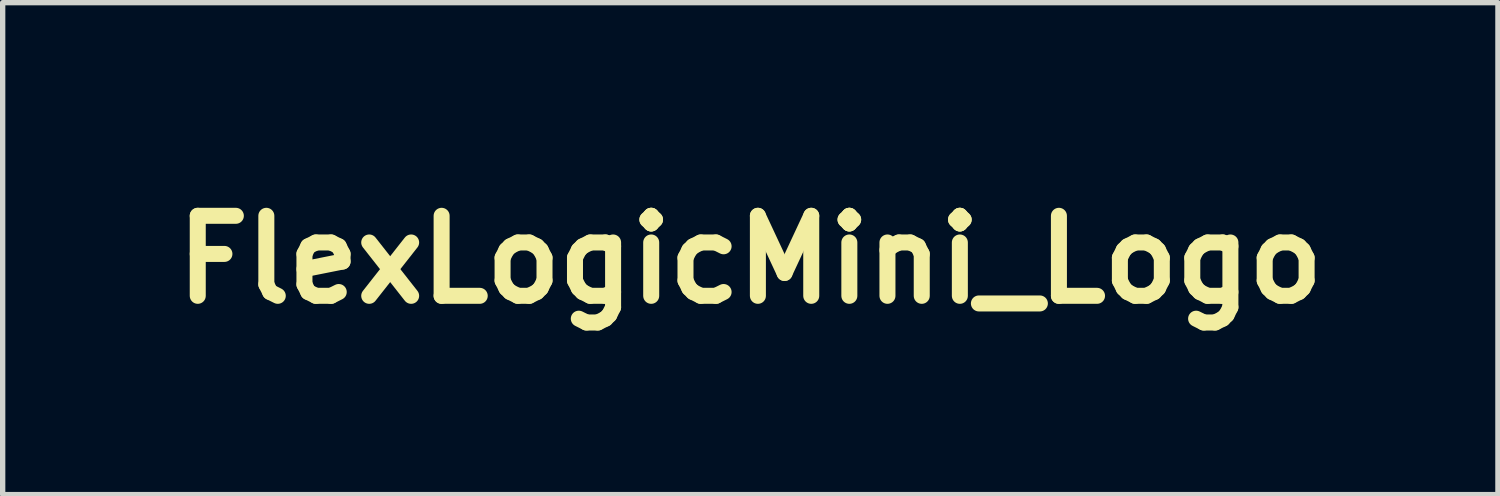
<source format=kicad_pcb>
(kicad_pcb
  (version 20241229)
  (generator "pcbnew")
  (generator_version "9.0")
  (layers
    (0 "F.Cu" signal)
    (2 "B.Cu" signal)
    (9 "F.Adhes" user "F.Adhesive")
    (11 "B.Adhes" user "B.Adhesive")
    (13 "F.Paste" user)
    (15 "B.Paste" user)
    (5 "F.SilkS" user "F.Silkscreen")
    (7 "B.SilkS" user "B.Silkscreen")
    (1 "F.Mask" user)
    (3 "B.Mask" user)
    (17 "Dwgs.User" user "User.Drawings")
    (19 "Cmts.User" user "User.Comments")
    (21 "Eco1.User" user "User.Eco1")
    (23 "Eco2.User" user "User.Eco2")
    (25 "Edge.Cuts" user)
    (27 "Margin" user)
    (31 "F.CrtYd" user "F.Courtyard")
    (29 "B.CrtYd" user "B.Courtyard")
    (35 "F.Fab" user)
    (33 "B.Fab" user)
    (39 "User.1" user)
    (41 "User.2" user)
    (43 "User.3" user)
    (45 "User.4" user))
  (footprint "FlexLogicMini_Logo"
    (layer "F.Cu")
    (at 11.014 1.817)
    (property "Reference" "FlexLogicMini_Logo" (at 0 0 0) (layer "F.SilkS") (effects (font (size 1.5 1.5) (thickness 0.3))))
    (attr board_only exclude_from_pos_files exclude_from_bom)
    (fp_poly (pts (xy 2.394 -0.81) (xy 2.49 -0.806) (xy 2.49 -0.451) (xy 2.49 -0.095) (xy 2.394 -0.092) (xy 2.299 -0.088) (xy 2.299 -0.451) (xy 2.299 -0.814)) (stroke (width 0) (type solid)) (fill yes) (layer "F.Mask"))
    (fp_poly (pts (xy 2.396 -1.115) (xy 2.494 -1.111) (xy 2.495 -1.019) (xy 2.496 -0.927) (xy 2.397 -0.927) (xy 2.299 -0.927) (xy 2.299 -1.023) (xy 2.299 -1.119)) (stroke (width 0) (type solid)) (fill yes) (layer "F.Mask"))
    (fp_poly (pts (xy 4.55 -0.454) (xy 4.547 -0.095) (xy 4.452 -0.092) (xy 4.356 -0.088) (xy 4.356 -0.45) (xy 4.356 -0.813) (xy 4.455 -0.813) (xy 4.553 -0.813)) (stroke (width 0) (type solid)) (fill yes) (layer "F.Mask"))
    (fp_poly (pts (xy 4.559 -1.022) (xy 4.559 -0.927) (xy 4.458 -0.927) (xy 4.356 -0.927) (xy 4.356 -1.022) (xy 4.356 -1.118) (xy 4.458 -1.118) (xy 4.559 -1.118)) (stroke (width 0) (type solid)) (fill yes) (layer "F.Mask"))
    (fp_poly (pts (xy 5.588 -1.022) (xy 5.588 -0.927) (xy 5.486 -0.927) (xy 5.385 -0.927) (xy 5.385 -1.022) (xy 5.385 -1.118) (xy 5.486 -1.118) (xy 5.588 -1.118)) (stroke (width 0) (type solid)) (fill yes) (layer "F.Mask"))
    (fp_poly (pts (xy 5.588 -0.451) (xy 5.588 -0.089) (xy 5.486 -0.089) (xy 5.385 -0.089) (xy 5.385 -0.451) (xy 5.385 -0.813) (xy 5.486 -0.813) (xy 5.588 -0.813)) (stroke (width 0) (type solid)) (fill yes) (layer "F.Mask"))
    (fp_poly (pts (xy 0.33 -0.692) (xy 0.33 -0.279) (xy 0.502 -0.279) (xy 0.673 -0.279) (xy 0.673 -0.184) (xy 0.673 -0.089) (xy 0.394 -0.089) (xy 0.114 -0.089) (xy 0.114 -0.597) (xy 0.114 -1.105) (xy 0.222 -1.105) (xy 0.33 -1.105)) (stroke (width 0) (type solid)) (fill yes) (layer "F.Mask"))
    (fp_poly (pts (xy -4.243 -1.066) (xy -4.155 -1.064) (xy -4.08 -1.062) (xy -4.019 -1.058) (xy -3.979 -1.054) (xy -3.973 -1.053) (xy -3.86 -1.016) (xy -3.76 -0.959) (xy -3.673 -0.881) (xy -3.601 -0.784) (xy -3.547 -0.67) (xy -3.537 -0.644) (xy -3.516 -0.555) (xy -3.505 -0.453) (xy -3.506 -0.348) (xy -3.518 -0.252) (xy -3.524 -0.225) (xy -3.563 -0.116) (xy -3.619 -0.017) (xy -3.688 0.07) (xy -3.768 0.139) (xy -3.82 0.17) (xy -3.865 0.191) (xy -3.907 0.208) (xy -3.952 0.221) (xy -4.003 0.23) (xy -4.064 0.236) (xy -4.139 0.239) (xy -4.231 0.241) (xy -4.333 0.241) (xy -4.636 0.241) (xy -4.636 -0.032) (xy -4.636 -0.305) (xy -4.445 -0.305) (xy -4.255 -0.305) (xy -4.255 -0.419) (xy -4.255 -0.533) (xy -4.445 -0.533) (xy -4.636 -0.533) (xy -4.636 -0.8) (xy -4.636 -1.067) (xy -4.338 -1.067)) (stroke (width 0) (type solid)) (fill yes) (layer "F.Mask"))
    (fp_poly (pts (xy -1.464 -1.117) (xy -1.428 -1.114) (xy -1.411 -1.109) (xy -1.41 -1.108) (xy -1.411 -1.094) (xy -1.416 -1.057) (xy -1.424 -1.001) (xy -1.434 -0.928) (xy -1.447 -0.841) (xy -1.461 -0.742) (xy -1.476 -0.635) (xy -1.479 -0.61) (xy -1.495 -0.501) (xy -1.509 -0.4) (xy -1.522 -0.309) (xy -1.533 -0.232) (xy -1.541 -0.171) (xy -1.547 -0.129) (xy -1.549 -0.109) (xy -1.549 -0.107) (xy -1.561 -0.1) (xy -1.596 -0.096) (xy -1.649 -0.095) (xy -1.651 -0.095) (xy -1.701 -0.095) (xy -1.732 -0.098) (xy -1.747 -0.103) (xy -1.752 -0.114) (xy -1.753 -0.127) (xy -1.751 -0.146) (xy -1.746 -0.186) (xy -1.739 -0.245) (xy -1.729 -0.318) (xy -1.717 -0.402) (xy -1.705 -0.494) (xy -1.692 -0.59) (xy -1.678 -0.687) (xy -1.665 -0.781) (xy -1.652 -0.869) (xy -1.641 -0.946) (xy -1.631 -1.011) (xy -1.624 -1.059) (xy -1.619 -1.086) (xy -1.619 -1.089) (xy -1.614 -1.103) (xy -1.603 -1.112) (xy -1.581 -1.116) (xy -1.542 -1.117) (xy -1.511 -1.118)) (stroke (width 0) (type solid)) (fill yes) (layer "F.Mask"))
    (fp_poly (pts (xy 1.143 -0.826) (xy 1.226 -0.792) (xy 1.298 -0.738) (xy 1.354 -0.667) (xy 1.373 -0.632) (xy 1.395 -0.558) (xy 1.404 -0.473) (xy 1.4 -0.386) (xy 1.383 -0.308) (xy 1.374 -0.284) (xy 1.325 -0.205) (xy 1.261 -0.145) (xy 1.183 -0.103) (xy 1.096 -0.083) (xy 1.001 -0.086) (xy 0.98 -0.089) (xy 0.894 -0.119) (xy 0.824 -0.168) (xy 0.769 -0.235) (xy 0.732 -0.318) (xy 0.713 -0.416) (xy 0.712 -0.434) (xy 0.924 -0.434) (xy 0.93 -0.374) (xy 0.939 -0.339) (xy 0.965 -0.292) (xy 1.004 -0.261) (xy 1.05 -0.247) (xy 1.096 -0.252) (xy 1.127 -0.269) (xy 1.154 -0.306) (xy 1.174 -0.359) (xy 1.185 -0.423) (xy 1.187 -0.489) (xy 1.179 -0.55) (xy 1.164 -0.593) (xy 1.128 -0.641) (xy 1.085 -0.668) (xy 1.038 -0.671) (xy 0.994 -0.653) (xy 0.955 -0.612) (xy 0.945 -0.594) (xy 0.932 -0.553) (xy 0.925 -0.496) (xy 0.924 -0.434) (xy 0.712 -0.434) (xy 0.711 -0.464) (xy 0.722 -0.563) (xy 0.752 -0.651) (xy 0.8 -0.725) (xy 0.864 -0.782) (xy 0.941 -0.82) (xy 1.029 -0.837) (xy 1.054 -0.838)) (stroke (width 0) (type solid)) (fill yes) (layer "F.Mask"))
    (fp_poly (pts (xy 5.136 -0.816) (xy 5.191 -0.781) (xy 5.233 -0.731) (xy 5.257 -0.676) (xy 5.261 -0.649) (xy 5.265 -0.602) (xy 5.267 -0.538) (xy 5.269 -0.462) (xy 5.27 -0.38) (xy 5.27 -0.359) (xy 5.271 -0.089) (xy 5.176 -0.089) (xy 5.082 -0.089) (xy 5.078 -0.34) (xy 5.076 -0.435) (xy 5.073 -0.509) (xy 5.068 -0.563) (xy 5.061 -0.601) (xy 5.05 -0.627) (xy 5.036 -0.643) (xy 5.017 -0.653) (xy 5.005 -0.656) (xy 4.962 -0.656) (xy 4.925 -0.633) (xy 4.899 -0.589) (xy 4.894 -0.571) (xy 4.889 -0.539) (xy 4.884 -0.487) (xy 4.881 -0.421) (xy 4.878 -0.346) (xy 4.878 -0.302) (xy 4.877 -0.089) (xy 4.782 -0.089) (xy 4.736 -0.09) (xy 4.702 -0.093) (xy 4.687 -0.098) (xy 4.686 -0.098) (xy 4.686 -0.113) (xy 4.686 -0.15) (xy 4.686 -0.205) (xy 4.685 -0.276) (xy 4.684 -0.359) (xy 4.683 -0.451) (xy 4.683 -0.46) (xy 4.68 -0.813) (xy 4.772 -0.813) (xy 4.864 -0.813) (xy 4.864 -0.752) (xy 4.864 -0.692) (xy 4.888 -0.73) (xy 4.925 -0.779) (xy 4.97 -0.81) (xy 5.013 -0.826) (xy 5.075 -0.832)) (stroke (width 0) (type solid)) (fill yes) (layer "F.Mask"))
    (fp_poly (pts (xy -1.876 -1.092) (xy -1.81 -1.091) (xy -1.763 -1.09) (xy -1.732 -1.088) (xy -1.715 -1.084) (xy -1.707 -1.079) (xy -1.706 -1.073) (xy -1.707 -1.07) (xy -1.712 -1.045) (xy -1.718 -1.006) (xy -1.722 -0.975) (xy -1.73 -0.902) (xy -1.886 -0.902) (xy -2.041 -0.902) (xy -2.049 -0.835) (xy -2.056 -0.785) (xy -2.063 -0.737) (xy -2.065 -0.721) (xy -2.073 -0.673) (xy -1.93 -0.673) (xy -1.787 -0.673) (xy -1.795 -0.606) (xy -1.8 -0.564) (xy -1.803 -0.529) (xy -1.803 -0.518) (xy -1.806 -0.508) (xy -1.816 -0.502) (xy -1.838 -0.498) (xy -1.876 -0.496) (xy -1.934 -0.495) (xy -1.95 -0.495) (xy -2.019 -0.494) (xy -2.066 -0.491) (xy -2.093 -0.486) (xy -2.102 -0.479) (xy -2.105 -0.462) (xy -2.111 -0.424) (xy -2.118 -0.37) (xy -2.127 -0.307) (xy -2.13 -0.279) (xy -2.153 -0.095) (xy -2.257 -0.092) (xy -2.309 -0.09) (xy -2.341 -0.092) (xy -2.357 -0.096) (xy -2.362 -0.105) (xy -2.363 -0.111) (xy -2.361 -0.128) (xy -2.356 -0.168) (xy -2.348 -0.227) (xy -2.338 -0.302) (xy -2.326 -0.391) (xy -2.313 -0.49) (xy -2.298 -0.598) (xy -2.296 -0.613) (xy -2.229 -1.092) (xy -1.964 -1.092)) (stroke (width 0) (type solid)) (fill yes) (layer "F.Mask"))
    (fp_poly (pts (xy 3 -0.833) (xy 3.076 -0.818) (xy 3.092 -0.813) (xy 3.112 -0.804) (xy 3.122 -0.791) (xy 3.124 -0.768) (xy 3.12 -0.729) (xy 3.116 -0.689) (xy 3.111 -0.661) (xy 3.108 -0.653) (xy 3.094 -0.653) (xy 3.066 -0.66) (xy 3.062 -0.662) (xy 3.006 -0.671) (xy 2.946 -0.664) (xy 2.895 -0.642) (xy 2.89 -0.64) (xy 2.854 -0.601) (xy 2.825 -0.547) (xy 2.809 -0.487) (xy 2.807 -0.459) (xy 2.818 -0.384) (xy 2.851 -0.321) (xy 2.882 -0.288) (xy 2.913 -0.267) (xy 2.946 -0.257) (xy 2.993 -0.254) (xy 3.036 -0.256) (xy 3.072 -0.262) (xy 3.085 -0.266) (xy 3.098 -0.27) (xy 3.106 -0.263) (xy 3.112 -0.238) (xy 3.116 -0.201) (xy 3.119 -0.159) (xy 3.12 -0.127) (xy 3.118 -0.114) (xy 3.101 -0.105) (xy 3.068 -0.095) (xy 3.025 -0.086) (xy 2.981 -0.079) (xy 2.944 -0.077) (xy 2.943 -0.077) (xy 2.908 -0.081) (xy 2.862 -0.092) (xy 2.826 -0.102) (xy 2.742 -0.139) (xy 2.677 -0.191) (xy 2.627 -0.263) (xy 2.62 -0.276) (xy 2.602 -0.318) (xy 2.591 -0.355) (xy 2.586 -0.398) (xy 2.584 -0.457) (xy 2.584 -0.458) (xy 2.586 -0.516) (xy 2.59 -0.558) (xy 2.6 -0.593) (xy 2.618 -0.633) (xy 2.623 -0.642) (xy 2.676 -0.719) (xy 2.746 -0.778) (xy 2.832 -0.818) (xy 2.842 -0.821) (xy 2.918 -0.834)) (stroke (width 0) (type solid)) (fill yes) (layer "F.Mask"))
    (fp_poly (pts (xy -0.116 -0.67) (xy -0.156 -0.615) (xy -0.192 -0.565) (xy -0.222 -0.524) (xy -0.241 -0.498) (xy -0.244 -0.495) (xy -0.268 -0.462) (xy -0.185 -0.28) (xy -0.156 -0.218) (xy -0.132 -0.164) (xy -0.114 -0.123) (xy -0.103 -0.099) (xy -0.102 -0.094) (xy -0.113 -0.092) (xy -0.145 -0.09) (xy -0.19 -0.089) (xy -0.209 -0.089) (xy -0.257 -0.089) (xy -0.291 -0.092) (xy -0.315 -0.102) (xy -0.333 -0.121) (xy -0.35 -0.155) (xy -0.369 -0.207) (xy -0.382 -0.244) (xy -0.398 -0.286) (xy -0.411 -0.317) (xy -0.419 -0.33) (xy -0.419 -0.33) (xy -0.427 -0.319) (xy -0.445 -0.291) (xy -0.47 -0.25) (xy -0.493 -0.209) (xy -0.56 -0.089) (xy -0.675 -0.089) (xy -0.73 -0.09) (xy -0.764 -0.092) (xy -0.779 -0.098) (xy -0.779 -0.105) (xy -0.769 -0.12) (xy -0.746 -0.152) (xy -0.713 -0.196) (xy -0.674 -0.25) (xy -0.644 -0.29) (xy -0.519 -0.459) (xy -0.59 -0.627) (xy -0.615 -0.687) (xy -0.636 -0.739) (xy -0.652 -0.779) (xy -0.66 -0.801) (xy -0.66 -0.804) (xy -0.649 -0.808) (xy -0.617 -0.81) (xy -0.572 -0.811) (xy -0.551 -0.81) (xy -0.442 -0.806) (xy -0.405 -0.706) (xy -0.388 -0.66) (xy -0.374 -0.623) (xy -0.365 -0.603) (xy -0.363 -0.6) (xy -0.355 -0.608) (xy -0.337 -0.633) (xy -0.313 -0.672) (xy -0.295 -0.701) (xy -0.233 -0.806) (xy -0.122 -0.81) (xy -0.011 -0.814)) (stroke (width 0) (type solid)) (fill yes) (layer "F.Mask"))
    (fp_poly (pts (xy -0.942 -0.816) (xy -0.873 -0.79) (xy -0.817 -0.746) (xy -0.776 -0.686) (xy -0.761 -0.645) (xy -0.756 -0.61) (xy -0.753 -0.561) (xy -0.754 -0.507) (xy -0.757 -0.455) (xy -0.762 -0.414) (xy -0.769 -0.393) (xy -0.783 -0.389) (xy -0.819 -0.385) (xy -0.871 -0.383) (xy -0.936 -0.381) (xy -0.993 -0.381) (xy -1.209 -0.381) (xy -1.201 -0.346) (xy -1.178 -0.291) (xy -1.144 -0.252) (xy -1.122 -0.241) (xy -1.073 -0.231) (xy -1.011 -0.23) (xy -0.945 -0.238) (xy -0.907 -0.247) (xy -0.872 -0.257) (xy -0.849 -0.263) (xy -0.845 -0.263) (xy -0.845 -0.25) (xy -0.846 -0.219) (xy -0.848 -0.188) (xy -0.852 -0.147) (xy -0.859 -0.123) (xy -0.873 -0.11) (xy -0.893 -0.101) (xy -0.937 -0.091) (xy -0.996 -0.084) (xy -1.063 -0.08) (xy -1.129 -0.081) (xy -1.186 -0.086) (xy -1.226 -0.094) (xy -1.281 -0.126) (xy -1.332 -0.175) (xy -1.371 -0.232) (xy -1.385 -0.268) (xy -1.393 -0.326) (xy -1.394 -0.397) (xy -1.387 -0.472) (xy -1.377 -0.528) (xy -1.181 -0.528) (xy -1.177 -0.518) (xy -1.162 -0.512) (xy -1.132 -0.509) (xy -1.082 -0.508) (xy -1.061 -0.508) (xy -1.005 -0.508) (xy -0.969 -0.511) (xy -0.948 -0.515) (xy -0.938 -0.524) (xy -0.933 -0.534) (xy -0.93 -0.574) (xy -0.94 -0.62) (xy -0.958 -0.658) (xy -0.962 -0.664) (xy -0.992 -0.68) (xy -1.033 -0.685) (xy -1.076 -0.678) (xy -1.102 -0.666) (xy -1.127 -0.641) (xy -1.152 -0.603) (xy -1.172 -0.563) (xy -1.181 -0.53) (xy -1.181 -0.528) (xy -1.377 -0.528) (xy -1.374 -0.54) (xy -1.363 -0.574) (xy -1.318 -0.664) (xy -1.261 -0.732) (xy -1.192 -0.779) (xy -1.19 -0.78) (xy -1.104 -0.812) (xy -1.02 -0.824)) (stroke (width 0) (type solid)) (fill yes) (layer "F.Mask"))
    (fp_poly (pts (xy 1.825 -0.814) (xy 1.877 -0.79) (xy 1.915 -0.754) (xy 1.924 -0.739) (xy 1.939 -0.715) (xy 1.949 -0.716) (xy 1.955 -0.741) (xy 1.956 -0.762) (xy 1.956 -0.813) (xy 2.051 -0.813) (xy 2.146 -0.813) (xy 2.146 -0.422) (xy 2.146 -0.311) (xy 2.145 -0.222) (xy 2.144 -0.152) (xy 2.143 -0.099) (xy 2.14 -0.059) (xy 2.137 -0.03) (xy 2.132 -0.008) (xy 2.126 0.01) (xy 2.122 0.019) (xy 2.077 0.089) (xy 2.014 0.141) (xy 1.932 0.177) (xy 1.832 0.196) (xy 1.784 0.199) (xy 1.709 0.198) (xy 1.644 0.192) (xy 1.609 0.185) (xy 1.572 0.174) (xy 1.547 0.165) (xy 1.541 0.161) (xy 1.54 0.147) (xy 1.541 0.114) (xy 1.544 0.071) (xy 1.55 0.026) (xy 1.556 0.001) (xy 1.565 -0.007) (xy 1.573 -0.005) (xy 1.659 0.024) (xy 1.741 0.038) (xy 1.813 0.035) (xy 1.869 0.018) (xy 1.907 -0.016) (xy 1.932 -0.068) (xy 1.943 -0.136) (xy 1.943 -0.149) (xy 1.942 -0.21) (xy 1.915 -0.173) (xy 1.871 -0.133) (xy 1.813 -0.11) (xy 1.747 -0.103) (xy 1.681 -0.112) (xy 1.618 -0.138) (xy 1.566 -0.179) (xy 1.525 -0.236) (xy 1.498 -0.304) (xy 1.483 -0.387) (xy 1.48 -0.464) (xy 1.48 -0.464) (xy 1.689 -0.464) (xy 1.697 -0.389) (xy 1.716 -0.328) (xy 1.746 -0.284) (xy 1.783 -0.259) (xy 1.826 -0.255) (xy 1.872 -0.274) (xy 1.895 -0.291) (xy 1.916 -0.311) (xy 1.928 -0.33) (xy 1.935 -0.355) (xy 1.939 -0.393) (xy 1.941 -0.435) (xy 1.939 -0.522) (xy 1.924 -0.591) (xy 1.897 -0.638) (xy 1.859 -0.665) (xy 1.81 -0.669) (xy 1.793 -0.666) (xy 1.749 -0.642) (xy 1.716 -0.598) (xy 1.696 -0.537) (xy 1.689 -0.464) (xy 1.48 -0.464) (xy 1.481 -0.528) (xy 1.485 -0.576) (xy 1.493 -0.613) (xy 1.507 -0.649) (xy 1.509 -0.654) (xy 1.544 -0.718) (xy 1.586 -0.765) (xy 1.639 -0.8) (xy 1.644 -0.803) (xy 1.702 -0.822) (xy 1.764 -0.825)) (stroke (width 0) (type solid)) (fill yes) (layer "F.Mask"))
    (fp_poly (pts (xy 3.557 -1.038) (xy 3.567 -1) (xy 3.581 -0.948) (xy 3.597 -0.89) (xy 3.601 -0.876) (xy 3.617 -0.815) (xy 3.637 -0.74) (xy 3.656 -0.666) (xy 3.664 -0.635) (xy 3.685 -0.549) (xy 3.701 -0.487) (xy 3.712 -0.448) (xy 3.722 -0.432) (xy 3.731 -0.439) (xy 3.742 -0.468) (xy 3.756 -0.518) (xy 3.774 -0.589) (xy 3.778 -0.603) (xy 3.8 -0.686) (xy 3.824 -0.774) (xy 3.847 -0.858) (xy 3.867 -0.93) (xy 3.873 -0.949) (xy 3.915 -1.092) (xy 4.052 -1.092) (xy 4.189 -1.092) (xy 4.196 -1.013) (xy 4.198 -0.981) (xy 4.201 -0.929) (xy 4.204 -0.859) (xy 4.207 -0.776) (xy 4.211 -0.685) (xy 4.215 -0.588) (xy 4.218 -0.491) (xy 4.222 -0.398) (xy 4.225 -0.312) (xy 4.227 -0.238) (xy 4.229 -0.179) (xy 4.229 -0.141) (xy 4.229 -0.137) (xy 4.229 -0.089) (xy 4.128 -0.089) (xy 4.026 -0.089) (xy 4.024 -0.143) (xy 4.023 -0.17) (xy 4.022 -0.218) (xy 4.021 -0.284) (xy 4.019 -0.363) (xy 4.017 -0.453) (xy 4.015 -0.548) (xy 4.014 -0.552) (xy 4.012 -0.665) (xy 4.009 -0.752) (xy 4.005 -0.814) (xy 4.002 -0.851) (xy 3.999 -0.864) (xy 3.996 -0.857) (xy 3.99 -0.832) (xy 3.978 -0.786) (xy 3.962 -0.723) (xy 3.942 -0.646) (xy 3.919 -0.559) (xy 3.894 -0.465) (xy 3.89 -0.448) (xy 3.794 -0.089) (xy 3.713 -0.089) (xy 3.633 -0.089) (xy 3.621 -0.137) (xy 3.577 -0.299) (xy 3.541 -0.437) (xy 3.511 -0.554) (xy 3.487 -0.648) (xy 3.468 -0.722) (xy 3.455 -0.776) (xy 3.448 -0.812) (xy 3.446 -0.823) (xy 3.439 -0.865) (xy 3.432 -0.883) (xy 3.427 -0.875) (xy 3.422 -0.843) (xy 3.419 -0.787) (xy 3.417 -0.708) (xy 3.416 -0.604) (xy 3.416 -0.575) (xy 3.416 -0.483) (xy 3.415 -0.394) (xy 3.413 -0.313) (xy 3.412 -0.245) (xy 3.409 -0.195) (xy 3.408 -0.175) (xy 3.4 -0.089) (xy 3.305 -0.089) (xy 3.21 -0.089) (xy 3.218 -0.225) (xy 3.221 -0.284) (xy 3.224 -0.361) (xy 3.227 -0.449) (xy 3.23 -0.539) (xy 3.232 -0.603) (xy 3.235 -0.69) (xy 3.238 -0.778) (xy 3.241 -0.859) (xy 3.244 -0.929) (xy 3.246 -0.968) (xy 3.254 -1.092) (xy 3.398 -1.092) (xy 3.542 -1.092)) (stroke (width 0) (type solid)) (fill yes) (layer "F.Mask"))
    (fp_poly (pts (xy -4.385 -1.813) (xy -4.191 -1.812) (xy -4.021 -1.811) (xy -3.873 -1.81) (xy -3.745 -1.809) (xy -3.636 -1.808) (xy -3.543 -1.807) (xy -3.467 -1.806) (xy -3.403 -1.804) (xy -3.352 -1.803) (xy -3.311 -1.801) (xy -3.279 -1.798) (xy -3.254 -1.795) (xy -3.234 -1.792) (xy -3.217 -1.789) (xy -3.207 -1.786) (xy -3.089 -1.739) (xy -2.981 -1.675) (xy -2.887 -1.595) (xy -2.81 -1.502) (xy -2.763 -1.42) (xy -2.74 -1.363) (xy -2.719 -1.303) (xy -2.706 -1.253) (xy -2.706 -1.252) (xy -2.703 -1.223) (xy -2.701 -1.169) (xy -2.699 -1.092) (xy -2.697 -0.989) (xy -2.695 -0.862) (xy -2.694 -0.71) (xy -2.693 -0.533) (xy -2.693 -0.331) (xy -2.692 -0.112) (xy -2.692 0.953) (xy -3.724 0.951) (xy -3.886 0.95) (xy -4.041 0.95) (xy -4.189 0.949) (xy -4.326 0.948) (xy -4.451 0.947) (xy -4.561 0.946) (xy -4.656 0.945) (xy -4.732 0.943) (xy -4.787 0.942) (xy -4.82 0.941) (xy -4.826 0.94) (xy -4.957 0.912) (xy -5.08 0.862) (xy -5.19 0.793) (xy -5.286 0.707) (xy -5.363 0.607) (xy -5.388 0.564) (xy -5.403 0.534) (xy -5.417 0.508) (xy -5.429 0.483) (xy -5.44 0.458) (xy -5.448 0.431) (xy -5.456 0.4) (xy -5.462 0.364) (xy -5.467 0.32) (xy -5.471 0.267) (xy -5.474 0.204) (xy -5.477 0.128) (xy -5.479 0.037) (xy -5.48 -0.07) (xy -5.481 -0.194) (xy -5.482 -0.338) (xy -5.482 -0.413) (xy -4.877 -0.413) (xy -4.877 0.485) (xy -4.416 0.479) (xy -4.291 0.478) (xy -4.188 0.476) (xy -4.105 0.474) (xy -4.04 0.471) (xy -3.988 0.468) (xy -3.948 0.465) (xy -3.916 0.46) (xy -3.89 0.455) (xy -3.88 0.452) (xy -3.745 0.401) (xy -3.622 0.33) (xy -3.515 0.242) (xy -3.424 0.138) (xy -3.356 0.025) (xy -3.322 -0.053) (xy -3.293 -0.131) (xy -3.274 -0.202) (xy -3.264 -0.259) (xy -3.264 -0.271) (xy -3.264 -0.304) (xy -3.121 -0.308) (xy -2.978 -0.311) (xy -2.974 -0.422) (xy -2.971 -0.533) (xy -3.116 -0.533) (xy -3.261 -0.533) (xy -3.269 -0.598) (xy -3.297 -0.715) (xy -3.346 -0.832) (xy -3.414 -0.943) (xy -3.497 -1.044) (xy -3.593 -1.131) (xy -3.697 -1.2) (xy -3.704 -1.203) (xy -3.75 -1.227) (xy -3.79 -1.246) (xy -3.829 -1.262) (xy -3.869 -1.274) (xy -3.912 -1.283) (xy -3.963 -1.29) (xy -4.025 -1.295) (xy -4.099 -1.299) (xy -4.19 -1.301) (xy -4.301 -1.303) (xy -4.416 -1.305) (xy -4.877 -1.31) (xy -4.877 -0.413) (xy -5.482 -0.413) (xy -5.482 -0.504) (xy -5.483 -0.693) (xy -5.483 -0.747) (xy -5.487 -1.817)) (stroke (width 0) (type solid)) (fill yes) (layer "F.Mask")))
  (gr_rect
    (start -3 -3)
    (end 25.029 6.221)
    (stroke (width 0.1) (type default))
    (fill no)
    (layer "Edge.Cuts")))
</source>
